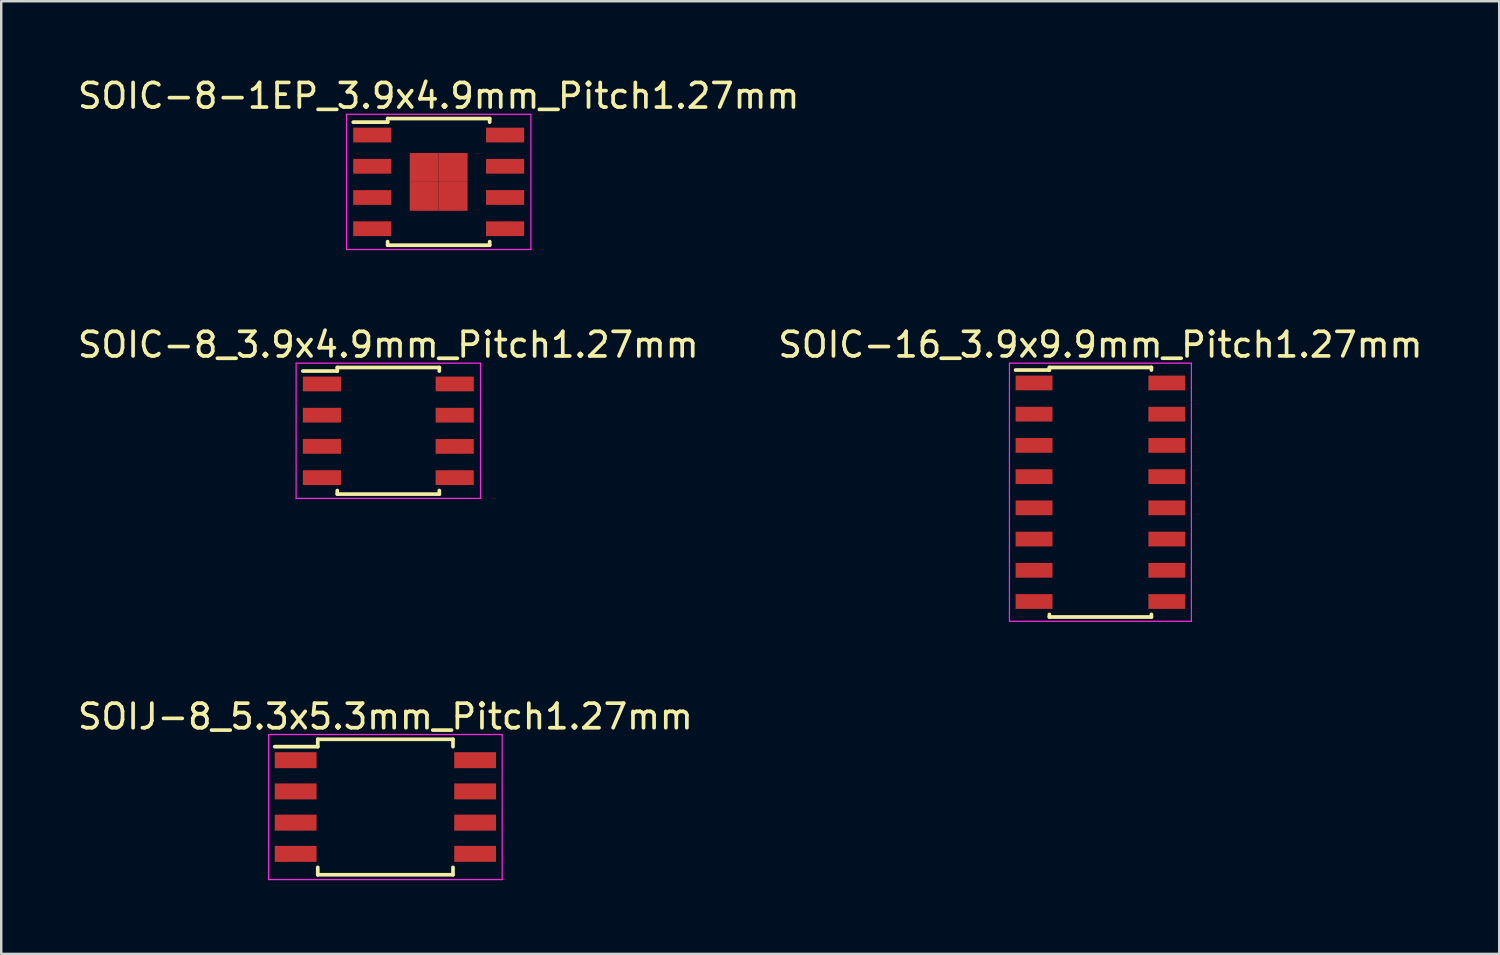
<source format=kicad_pcb>
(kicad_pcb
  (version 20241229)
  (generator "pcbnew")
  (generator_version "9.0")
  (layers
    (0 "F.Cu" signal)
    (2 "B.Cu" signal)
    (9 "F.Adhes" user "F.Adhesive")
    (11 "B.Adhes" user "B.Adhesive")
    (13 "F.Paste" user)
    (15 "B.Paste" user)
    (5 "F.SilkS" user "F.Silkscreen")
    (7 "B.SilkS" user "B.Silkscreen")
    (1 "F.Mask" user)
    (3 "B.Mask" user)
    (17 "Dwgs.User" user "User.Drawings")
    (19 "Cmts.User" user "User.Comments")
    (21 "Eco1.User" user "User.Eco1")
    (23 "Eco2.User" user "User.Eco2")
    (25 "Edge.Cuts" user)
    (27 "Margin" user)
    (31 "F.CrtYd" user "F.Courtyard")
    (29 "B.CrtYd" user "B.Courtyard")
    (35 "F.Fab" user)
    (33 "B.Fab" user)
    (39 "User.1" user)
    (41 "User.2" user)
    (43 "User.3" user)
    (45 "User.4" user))
  (footprint "SOIC-16_3.9x9.9mm_Pitch1.27mm"
    (layer "F.Cu")
    (at 41.708 16.971)
    (property "Reference" "SOIC-16_3.9x9.9mm_Pitch1.27mm" (at 0 -6 0) (layer "F.SilkS") (effects (font (size 1 1) (thickness 0.15))))
    (attr smd)
    (fp_line (start -2.075 -5.075) (end -2.075 -4.97) (stroke (width 0.15) (type solid)) (layer "F.SilkS"))
    (fp_line (start -2.075 -5.075) (end 2.075 -5.075) (stroke (width 0.15) (type solid)) (layer "F.SilkS"))
    (fp_line (start -2.075 -4.97) (end -3.45 -4.97) (stroke (width 0.15) (type solid)) (layer "F.SilkS"))
    (fp_line (start -2.075 5.075) (end -2.075 4.97) (stroke (width 0.15) (type solid)) (layer "F.SilkS"))
    (fp_line (start -2.075 5.075) (end 2.075 5.075) (stroke (width 0.15) (type solid)) (layer "F.SilkS"))
    (fp_line (start 2.075 -5.075) (end 2.075 -4.97) (stroke (width 0.15) (type solid)) (layer "F.SilkS"))
    (fp_line (start 2.075 5.075) (end 2.075 4.97) (stroke (width 0.15) (type solid)) (layer "F.SilkS"))
    (fp_line (start -3.7 -5.25) (end -3.7 5.25) (stroke (width 0.05) (type solid)) (layer "F.CrtYd"))
    (fp_line (start -3.7 -5.25) (end 3.7 -5.25) (stroke (width 0.05) (type solid)) (layer "F.CrtYd"))
    (fp_line (start -3.7 5.25) (end 3.7 5.25) (stroke (width 0.05) (type solid)) (layer "F.CrtYd"))
    (fp_line (start 3.7 -5.25) (end 3.7 5.25) (stroke (width 0.05) (type solid)) (layer "F.CrtYd"))
    (pad "1" smd rect (at -2.7 -4.445) (size 1.5 0.6) (layers "F.Cu" "F.Mask" "F.Paste"))
    (pad "2" smd rect (at -2.7 -3.175) (size 1.5 0.6) (layers "F.Cu" "F.Mask" "F.Paste"))
    (pad "3" smd rect (at -2.7 -1.905) (size 1.5 0.6) (layers "F.Cu" "F.Mask" "F.Paste"))
    (pad "4" smd rect (at -2.7 -0.635) (size 1.5 0.6) (layers "F.Cu" "F.Mask" "F.Paste"))
    (pad "5" smd rect (at -2.7 0.635) (size 1.5 0.6) (layers "F.Cu" "F.Mask" "F.Paste"))
    (pad "6" smd rect (at -2.7 1.905) (size 1.5 0.6) (layers "F.Cu" "F.Mask" "F.Paste"))
    (pad "7" smd rect (at -2.7 3.175) (size 1.5 0.6) (layers "F.Cu" "F.Mask" "F.Paste"))
    (pad "8" smd rect (at -2.7 4.445) (size 1.5 0.6) (layers "F.Cu" "F.Mask" "F.Paste"))
    (pad "9" smd rect (at 2.7 4.445) (size 1.5 0.6) (layers "F.Cu" "F.Mask" "F.Paste"))
    (pad "10" smd rect (at 2.7 3.175) (size 1.5 0.6) (layers "F.Cu" "F.Mask" "F.Paste"))
    (pad "11" smd rect (at 2.7 1.905) (size 1.5 0.6) (layers "F.Cu" "F.Mask" "F.Paste"))
    (pad "12" smd rect (at 2.7 0.635) (size 1.5 0.6) (layers "F.Cu" "F.Mask" "F.Paste"))
    (pad "13" smd rect (at 2.7 -0.635) (size 1.5 0.6) (layers "F.Cu" "F.Mask" "F.Paste"))
    (pad "14" smd rect (at 2.7 -1.905) (size 1.5 0.6) (layers "F.Cu" "F.Mask" "F.Paste"))
    (pad "15" smd rect (at 2.7 -3.175) (size 1.5 0.6) (layers "F.Cu" "F.Mask" "F.Paste"))
    (pad "16" smd rect (at 2.7 -4.445) (size 1.5 0.6) (layers "F.Cu" "F.Mask" "F.Paste")))
  (footprint "SOIC-8_3.9x4.9mm_Pitch1.27mm"
    (layer "F.Cu")
    (at 12.744 14.472)
    (property "Reference" "SOIC-8_3.9x4.9mm_Pitch1.27mm" (at 0 -3.5 0) (layer "F.SilkS") (effects (font (size 1 1) (thickness 0.15))))
    (attr smd)
    (fp_line (start -2.075 -2.575) (end -2.075 -2.43) (stroke (width 0.15) (type solid)) (layer "F.SilkS"))
    (fp_line (start -2.075 -2.575) (end 2.075 -2.575) (stroke (width 0.15) (type solid)) (layer "F.SilkS"))
    (fp_line (start -2.075 -2.43) (end -3.475 -2.43) (stroke (width 0.15) (type solid)) (layer "F.SilkS"))
    (fp_line (start -2.075 2.575) (end -2.075 2.43) (stroke (width 0.15) (type solid)) (layer "F.SilkS"))
    (fp_line (start -2.075 2.575) (end 2.075 2.575) (stroke (width 0.15) (type solid)) (layer "F.SilkS"))
    (fp_line (start 2.075 -2.575) (end 2.075 -2.43) (stroke (width 0.15) (type solid)) (layer "F.SilkS"))
    (fp_line (start 2.075 2.575) (end 2.075 2.43) (stroke (width 0.15) (type solid)) (layer "F.SilkS"))
    (fp_line (start -3.75 -2.75) (end -3.75 2.75) (stroke (width 0.05) (type solid)) (layer "F.CrtYd"))
    (fp_line (start -3.75 -2.75) (end 3.75 -2.75) (stroke (width 0.05) (type solid)) (layer "F.CrtYd"))
    (fp_line (start -3.75 2.75) (end 3.75 2.75) (stroke (width 0.05) (type solid)) (layer "F.CrtYd"))
    (fp_line (start 3.75 -2.75) (end 3.75 2.75) (stroke (width 0.05) (type solid)) (layer "F.CrtYd"))
    (pad "1" smd rect (at -2.7 -1.905) (size 1.55 0.6) (layers "F.Cu" "F.Mask" "F.Paste"))
    (pad "2" smd rect (at -2.7 -0.635) (size 1.55 0.6) (layers "F.Cu" "F.Mask" "F.Paste"))
    (pad "3" smd rect (at -2.7 0.635) (size 1.55 0.6) (layers "F.Cu" "F.Mask" "F.Paste"))
    (pad "4" smd rect (at -2.7 1.905) (size 1.55 0.6) (layers "F.Cu" "F.Mask" "F.Paste"))
    (pad "5" smd rect (at 2.7 1.905) (size 1.55 0.6) (layers "F.Cu" "F.Mask" "F.Paste"))
    (pad "6" smd rect (at 2.7 0.635) (size 1.55 0.6) (layers "F.Cu" "F.Mask" "F.Paste"))
    (pad "7" smd rect (at 2.7 -0.635) (size 1.55 0.6) (layers "F.Cu" "F.Mask" "F.Paste"))
    (pad "8" smd rect (at 2.7 -1.905) (size 1.55 0.6) (layers "F.Cu" "F.Mask" "F.Paste")))
  (footprint "SOIC-8-1EP_3.9x4.9mm_Pitch1.27mm"
    (layer "F.Cu")
    (at 14.792 4.348)
    (property "Reference" "SOIC-8-1EP_3.9x4.9mm_Pitch1.27mm" (at 0 -3.5 0) (layer "F.SilkS") (effects (font (size 1 1) (thickness 0.15))))
    (attr smd)
    (fp_line (start -2.075 -2.575) (end -2.075 -2.43) (stroke (width 0.15) (type solid)) (layer "F.SilkS"))
    (fp_line (start -2.075 -2.575) (end 2.075 -2.575) (stroke (width 0.15) (type solid)) (layer "F.SilkS"))
    (fp_line (start -2.075 -2.43) (end -3.475 -2.43) (stroke (width 0.15) (type solid)) (layer "F.SilkS"))
    (fp_line (start -2.075 2.575) (end -2.075 2.43) (stroke (width 0.15) (type solid)) (layer "F.SilkS"))
    (fp_line (start -2.075 2.575) (end 2.075 2.575) (stroke (width 0.15) (type solid)) (layer "F.SilkS"))
    (fp_line (start 2.075 -2.575) (end 2.075 -2.43) (stroke (width 0.15) (type solid)) (layer "F.SilkS"))
    (fp_line (start 2.075 2.575) (end 2.075 2.43) (stroke (width 0.15) (type solid)) (layer "F.SilkS"))
    (fp_line (start -3.75 -2.75) (end -3.75 2.75) (stroke (width 0.05) (type solid)) (layer "F.CrtYd"))
    (fp_line (start -3.75 -2.75) (end 3.75 -2.75) (stroke (width 0.05) (type solid)) (layer "F.CrtYd"))
    (fp_line (start -3.75 2.75) (end 3.75 2.75) (stroke (width 0.05) (type solid)) (layer "F.CrtYd"))
    (fp_line (start 3.75 -2.75) (end 3.75 2.75) (stroke (width 0.05) (type solid)) (layer "F.CrtYd"))
    (pad "1" smd rect (at -2.7 -1.905) (size 1.55 0.6) (layers "F.Cu" "F.Mask" "F.Paste"))
    (pad "2" smd rect (at -2.7 -0.635) (size 1.55 0.6) (layers "F.Cu" "F.Mask" "F.Paste"))
    (pad "3" smd rect (at -2.7 0.635) (size 1.55 0.6) (layers "F.Cu" "F.Mask" "F.Paste"))
    (pad "4" smd rect (at -2.7 1.905) (size 1.55 0.6) (layers "F.Cu" "F.Mask" "F.Paste"))
    (pad "5" smd rect (at 2.7 1.905) (size 1.55 0.6) (layers "F.Cu" "F.Mask" "F.Paste"))
    (pad "6" smd rect (at 2.7 0.635) (size 1.55 0.6) (layers "F.Cu" "F.Mask" "F.Paste"))
    (pad "7" smd rect (at 2.7 -0.635) (size 1.55 0.6) (layers "F.Cu" "F.Mask" "F.Paste"))
    (pad "8" smd rect (at 2.7 -1.905) (size 1.55 0.6) (layers "F.Cu" "F.Mask" "F.Paste"))
    (pad "9" smd rect (at -0.588 -0.588) (size 1.175 1.175) (layers "F.Cu" "F.Mask" "F.Paste"))
    (pad "9" smd rect (at -0.588 0.588) (size 1.175 1.175) (layers "F.Cu" "F.Mask" "F.Paste"))
    (pad "9" smd rect (at 0.588 -0.588) (size 1.175 1.175) (layers "F.Cu" "F.Mask" "F.Paste"))
    (pad "9" smd rect (at 0.588 0.588) (size 1.175 1.175) (layers "F.Cu" "F.Mask" "F.Paste")))
  (footprint "SOIJ-8_5.3x5.3mm_Pitch1.27mm"
    (layer "F.Cu")
    (at 12.625 29.775)
    (property "Reference" "SOIJ-8_5.3x5.3mm_Pitch1.27mm" (at 0 -3.68 0) (layer "F.SilkS") (effects (font (size 1 1) (thickness 0.15))))
    (attr smd)
    (fp_line (start -2.75 -2.755) (end -2.75 -2.455) (stroke (width 0.15) (type solid)) (layer "F.SilkS"))
    (fp_line (start -2.75 -2.755) (end 2.75 -2.755) (stroke (width 0.15) (type solid)) (layer "F.SilkS"))
    (fp_line (start -2.75 -2.455) (end -4.5 -2.455) (stroke (width 0.15) (type solid)) (layer "F.SilkS"))
    (fp_line (start -2.75 2.755) (end -2.75 2.455) (stroke (width 0.15) (type solid)) (layer "F.SilkS"))
    (fp_line (start -2.75 2.755) (end 2.75 2.755) (stroke (width 0.15) (type solid)) (layer "F.SilkS"))
    (fp_line (start 2.75 -2.755) (end 2.75 -2.455) (stroke (width 0.15) (type solid)) (layer "F.SilkS"))
    (fp_line (start 2.75 2.755) (end 2.75 2.455) (stroke (width 0.15) (type solid)) (layer "F.SilkS"))
    (fp_line (start -4.75 -2.95) (end -4.75 2.95) (stroke (width 0.05) (type solid)) (layer "F.CrtYd"))
    (fp_line (start -4.75 -2.95) (end 4.75 -2.95) (stroke (width 0.05) (type solid)) (layer "F.CrtYd"))
    (fp_line (start -4.75 2.95) (end 4.75 2.95) (stroke (width 0.05) (type solid)) (layer "F.CrtYd"))
    (fp_line (start 4.75 -2.95) (end 4.75 2.95) (stroke (width 0.05) (type solid)) (layer "F.CrtYd"))
    (pad "1" smd rect (at -3.65 -1.905) (size 1.7 0.65) (layers "F.Cu" "F.Mask" "F.Paste"))
    (pad "2" smd rect (at -3.65 -0.635) (size 1.7 0.65) (layers "F.Cu" "F.Mask" "F.Paste"))
    (pad "3" smd rect (at -3.65 0.635) (size 1.7 0.65) (layers "F.Cu" "F.Mask" "F.Paste"))
    (pad "4" smd rect (at -3.65 1.905) (size 1.7 0.65) (layers "F.Cu" "F.Mask" "F.Paste"))
    (pad "5" smd rect (at 3.65 1.905) (size 1.7 0.65) (layers "F.Cu" "F.Mask" "F.Paste"))
    (pad "6" smd rect (at 3.65 0.635) (size 1.7 0.65) (layers "F.Cu" "F.Mask" "F.Paste"))
    (pad "7" smd rect (at 3.65 -0.635) (size 1.7 0.65) (layers "F.Cu" "F.Mask" "F.Paste"))
    (pad "8" smd rect (at 3.65 -1.905) (size 1.7 0.65) (layers "F.Cu" "F.Mask" "F.Paste")))
  (gr_rect
    (start -3 -3)
    (end 57.929 35.75)
    (stroke (width 0.1) (type default))
    (fill no)
    (layer "Edge.Cuts")))
</source>
